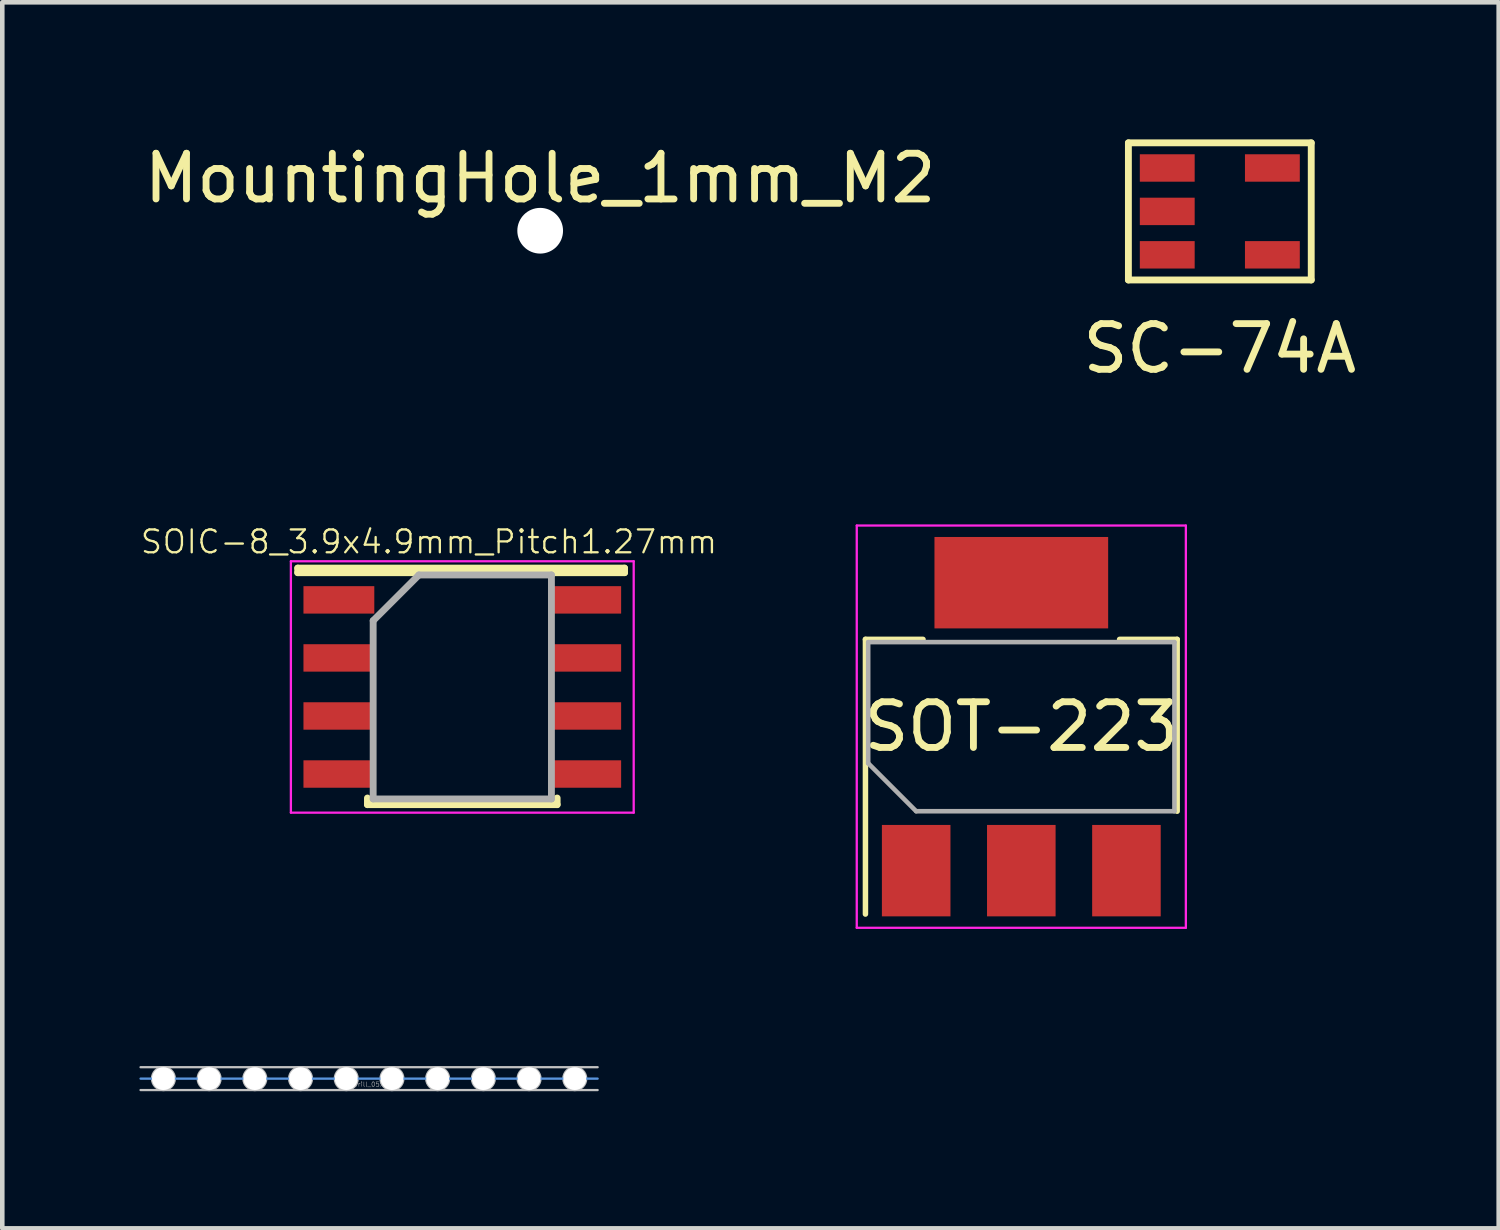
<source format=kicad_pcb>
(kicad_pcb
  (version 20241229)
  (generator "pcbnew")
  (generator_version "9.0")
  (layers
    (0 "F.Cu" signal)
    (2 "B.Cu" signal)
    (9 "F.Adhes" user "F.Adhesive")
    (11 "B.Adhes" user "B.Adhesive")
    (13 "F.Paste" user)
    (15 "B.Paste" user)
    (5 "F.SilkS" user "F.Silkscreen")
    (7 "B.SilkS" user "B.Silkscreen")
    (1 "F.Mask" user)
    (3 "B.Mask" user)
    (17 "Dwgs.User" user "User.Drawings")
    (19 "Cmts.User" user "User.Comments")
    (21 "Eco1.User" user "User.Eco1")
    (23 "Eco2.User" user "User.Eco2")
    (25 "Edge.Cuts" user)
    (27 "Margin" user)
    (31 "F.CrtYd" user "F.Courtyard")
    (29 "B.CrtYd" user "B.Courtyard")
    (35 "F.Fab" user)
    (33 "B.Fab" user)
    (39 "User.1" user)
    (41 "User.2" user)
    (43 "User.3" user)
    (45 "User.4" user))
  (footprint "SOT-223"
    (layer "F.Cu")
    (at 19.294 12.848)
    (property "Reference" "SOT-223" (at 0 0 0) (layer "F.SilkS") (effects (font (size 1 1) (thickness 0.15))))
    (attr smd)
    (fp_line (start -3.41 -1.91) (end -2.15 -1.91) (stroke (width 0.12) (type solid)) (layer "F.SilkS"))
    (fp_line (start -3.41 4.1) (end -3.41 -1.91) (stroke (width 0.12) (type solid)) (layer "F.SilkS"))
    (fp_line (start 3.41 -1.91) (end 2.15 -1.91) (stroke (width 0.12) (type solid)) (layer "F.SilkS"))
    (fp_line (start 3.41 1.85) (end 3.41 -1.91) (stroke (width 0.12) (type solid)) (layer "F.SilkS"))
    (fp_line (start -3.6 -4.4) (end -3.6 4.4) (stroke (width 0.05) (type solid)) (layer "F.CrtYd"))
    (fp_line (start -3.6 4.4) (end 3.6 4.4) (stroke (width 0.05) (type solid)) (layer "F.CrtYd"))
    (fp_line (start 3.6 -4.4) (end -3.6 -4.4) (stroke (width 0.05) (type solid)) (layer "F.CrtYd"))
    (fp_line (start 3.6 4.4) (end 3.6 -4.4) (stroke (width 0.05) (type solid)) (layer "F.CrtYd"))
    (fp_line (start -3.35 -1.85) (end 3.35 -1.85) (stroke (width 0.1) (type solid)) (layer "F.Fab"))
    (fp_line (start -3.35 0.8) (end -3.35 -1.85) (stroke (width 0.1) (type solid)) (layer "F.Fab"))
    (fp_line (start -2.3 1.85) (end -3.35 0.8) (stroke (width 0.1) (type solid)) (layer "F.Fab"))
    (fp_line (start -2.3 1.85) (end 3.35 1.85) (stroke (width 0.1) (type solid)) (layer "F.Fab"))
    (fp_line (start 3.35 1.85) (end 3.35 -1.85) (stroke (width 0.1) (type solid)) (layer "F.Fab"))
    (pad "1" smd rect (at -2.3 3.15 90) (size 2 1.5) (layers "F.Cu" "F.Mask" "F.Paste"))
    (pad "2" smd rect (at 0 3.15 90) (size 2 1.5) (layers "F.Cu" "F.Mask" "F.Paste"))
    (pad "3" smd rect (at 2.3 3.15 90) (size 2 1.5) (layers "F.Cu" "F.Mask" "F.Paste"))
    (pad "4" smd rect (at 0 -3.15 90) (size 2 3.8) (layers "F.Cu" "F.Mask" "F.Paste")))
  (footprint "SOIC-8_3.9x4.9mm_Pitch1.27mm"
    (layer "F.Cu")
    (at 7.064 11.979)
    (property "Reference" "SOIC-8_3.9x4.9mm_Pitch1.27mm" (at -0.729 -3.175 0) (layer "F.SilkS") (effects (font (size 0.5 0.5) (thickness 0.05))))
    (attr smd)
    (fp_line (start -3.6 -2.6) (end 3.55 -2.6) (stroke (width 0.15) (type solid)) (layer "F.SilkS"))
    (fp_line (start -3.6 -2.5) (end -3.6 -2.6) (stroke (width 0.15) (type solid)) (layer "F.SilkS"))
    (fp_line (start -2.075 2.575) (end -2.075 2.43) (stroke (width 0.15) (type solid)) (layer "F.SilkS"))
    (fp_line (start -2.075 2.575) (end 2.075 2.575) (stroke (width 0.15) (type solid)) (layer "F.SilkS"))
    (fp_line (start 2.075 2.575) (end 2.075 2.43) (stroke (width 0.15) (type solid)) (layer "F.SilkS"))
    (fp_line (start 3.55 -2.6) (end 3.55 -2.5) (stroke (width 0.15) (type solid)) (layer "F.SilkS"))
    (fp_line (start 3.55 -2.5) (end -3.6 -2.5) (stroke (width 0.15) (type solid)) (layer "F.SilkS"))
    (fp_line (start -3.75 -2.75) (end -3.75 2.75) (stroke (width 0.05) (type solid)) (layer "F.CrtYd"))
    (fp_line (start -3.75 -2.75) (end 3.75 -2.75) (stroke (width 0.05) (type solid)) (layer "F.CrtYd"))
    (fp_line (start -3.75 2.75) (end 3.75 2.75) (stroke (width 0.05) (type solid)) (layer "F.CrtYd"))
    (fp_line (start 3.75 -2.75) (end 3.75 2.75) (stroke (width 0.05) (type solid)) (layer "F.CrtYd"))
    (fp_line (start -1.95 -1.45) (end -0.95 -2.45) (stroke (width 0.15) (type solid)) (layer "F.Fab"))
    (fp_line (start -1.95 2.45) (end -1.95 -1.45) (stroke (width 0.15) (type solid)) (layer "F.Fab"))
    (fp_line (start -0.95 -2.45) (end 1.95 -2.45) (stroke (width 0.15) (type solid)) (layer "F.Fab"))
    (fp_line (start 1.95 -2.45) (end 1.95 2.45) (stroke (width 0.15) (type solid)) (layer "F.Fab"))
    (fp_line (start 1.95 2.45) (end -1.95 2.45) (stroke (width 0.15) (type solid)) (layer "F.Fab"))
    (pad "1" smd rect (at -2.7 -1.905) (size 1.55 0.6) (layers "F.Cu" "F.Mask" "F.Paste"))
    (pad "2" smd rect (at -2.7 -0.635) (size 1.55 0.6) (layers "F.Cu" "F.Mask" "F.Paste"))
    (pad "3" smd rect (at -2.7 0.635) (size 1.55 0.6) (layers "F.Cu" "F.Mask" "F.Paste"))
    (pad "4" smd rect (at -2.7 1.905) (size 1.55 0.6) (layers "F.Cu" "F.Mask" "F.Paste"))
    (pad "5" smd rect (at 2.7 1.905) (size 1.55 0.6) (layers "F.Cu" "F.Mask" "F.Paste"))
    (pad "6" smd rect (at 2.7 0.635) (size 1.55 0.6) (layers "F.Cu" "F.Mask" "F.Paste"))
    (pad "7" smd rect (at 2.7 -0.635) (size 1.55 0.6) (layers "F.Cu" "F.Mask" "F.Paste"))
    (pad "8" smd rect (at 2.7 -1.905) (size 1.55 0.6) (layers "F.Cu" "F.Mask" "F.Paste")))
  (footprint "MountingHole_1mm_M2"
    (layer "F.Cu")
    (at 8.768 1.998)
    (property "Reference" "MountingHole_1mm_M2" (at 0 -1.15 0) (layer "F.SilkS") (effects (font (size 1 1) (thickness 0.15))))
    (attr through_hole)
    (pad "" np_thru_hole circle (at 0 0) (size 1 1) (drill 1) (layers "*.Cu" "*.Mask")))
  (footprint "SC-74A"
    (layer "F.Cu")
    (at 23.637 1.575)
    (property "Reference" "SC-74A" (at 0 3 0) (layer "F.SilkS") (effects (font (size 1 1) (thickness 0.15))))
    (attr through_hole)
    (fp_line (start -2 -1.5) (end 2 -1.5) (stroke (width 0.15) (type solid)) (layer "F.SilkS"))
    (fp_line (start -2 1.5) (end -2 -1.5) (stroke (width 0.15) (type solid)) (layer "F.SilkS"))
    (fp_line (start 2 -1.5) (end 2 1.5) (stroke (width 0.15) (type solid)) (layer "F.SilkS"))
    (fp_line (start 2 1.5) (end -2 1.5) (stroke (width 0.15) (type solid)) (layer "F.SilkS"))
    (pad "1" smd rect (at -1.15 0.95 90) (size 0.6 1.2) (layers "F.Cu" "F.Mask" "F.Paste"))
    (pad "2" smd rect (at -1.15 0 90) (size 0.6 1.2) (layers "F.Cu" "F.Mask" "F.Paste"))
    (pad "3" smd rect (at -1.15 -0.95 90) (size 0.6 1.2) (layers "F.Cu" "F.Mask" "F.Paste"))
    (pad "4" smd rect (at 1.15 -0.95 90) (size 0.6 1.2) (layers "F.Cu" "F.Mask" "F.Paste"))
    (pad "5" smd rect (at 1.15 0.95 90) (size 0.6 1.2) (layers "F.Cu" "F.Mask" "F.Paste")))
  (footprint "z_Drill_05x10"
    (layer "F.Cu")
    (at 5.025 20.548)
    (property "Reference" "z_Drill_05x10" (at 0 0.125 0) (layer "F.Fab") (effects (font (size 0.1 0.1) (thickness 0.01))))
    (attr through_hole)
    (fp_line (start -5 -0.25) (end 5 -0.25) (stroke (width 0.05) (type solid)) (layer "Dwgs.User"))
    (fp_line (start -5 0.25) (end 5 0.25) (stroke (width 0.05) (type solid)) (layer "Dwgs.User"))
    (fp_circle (center -4.5 0) (end -4.25 0) (stroke (width 0.05) (type solid)) (fill no) (layer "Dwgs.User"))
    (fp_circle (center -3.5 0) (end -3.25 0) (stroke (width 0.05) (type solid)) (fill no) (layer "Dwgs.User"))
    (fp_circle (center -2.5 0) (end -2.25 0) (stroke (width 0.05) (type solid)) (fill no) (layer "Dwgs.User"))
    (fp_circle (center -1.5 0) (end -1.25 0) (stroke (width 0.05) (type solid)) (fill no) (layer "Dwgs.User"))
    (fp_circle (center -0.5 0) (end -0.25 0) (stroke (width 0.05) (type solid)) (fill no) (layer "Dwgs.User"))
    (fp_circle (center 0.5 0) (end 0.25 0) (stroke (width 0.05) (type solid)) (fill no) (layer "Dwgs.User"))
    (fp_circle (center 1.5 0) (end 1.75 0) (stroke (width 0.05) (type solid)) (fill no) (layer "Dwgs.User"))
    (fp_circle (center 2.5 0) (end 2.75 0) (stroke (width 0.05) (type solid)) (fill no) (layer "Dwgs.User"))
    (fp_circle (center 3.5 0) (end 3.75 0) (stroke (width 0.05) (type solid)) (fill no) (layer "Dwgs.User"))
    (fp_circle (center 4.5 0) (end 4.75 0) (stroke (width 0.05) (type solid)) (fill no) (layer "Dwgs.User"))
    (fp_line (start -5 0) (end 5 0) (stroke (width 0.05) (type solid)) (layer "Cmts.User"))
    (fp_text user "${REFERENCE}" (at 0 0 180) (layer "Eco1.User") (effects (font (size 0.3 0.3) (thickness 0.03))))
    (pad "" np_thru_hole circle (at -4.5 0) (size 0.5 0.5) (drill 0.5) (layers "*.Cu" "*.Mask"))
    (pad "" np_thru_hole circle (at -3.5 0) (size 0.5 0.5) (drill 0.5) (layers "*.Cu" "*.Mask"))
    (pad "" np_thru_hole circle (at -2.5 0) (size 0.5 0.5) (drill 0.5) (layers "*.Cu" "*.Mask"))
    (pad "" np_thru_hole circle (at -1.5 0) (size 0.5 0.5) (drill 0.5) (layers "*.Cu" "*.Mask"))
    (pad "" np_thru_hole circle (at -0.5 0) (size 0.5 0.5) (drill 0.5) (layers "*.Cu" "*.Mask"))
    (pad "" np_thru_hole circle (at 0.5 0) (size 0.5 0.5) (drill 0.5) (layers "*.Cu" "*.Mask"))
    (pad "" np_thru_hole circle (at 1.5 0) (size 0.5 0.5) (drill 0.5) (layers "*.Cu" "*.Mask"))
    (pad "" np_thru_hole circle (at 2.5 0) (size 0.5 0.5) (drill 0.5) (layers "*.Cu" "*.Mask"))
    (pad "" np_thru_hole circle (at 3.5 0) (size 0.5 0.5) (drill 0.5) (layers "*.Cu" "*.Mask"))
    (pad "" np_thru_hole circle (at 4.5 0) (size 0.5 0.5) (drill 0.5) (layers "*.Cu" "*.Mask")))
  (gr_rect
    (start -3 -3)
    (end 29.738 23.823)
    (stroke (width 0.1) (type default))
    (fill no)
    (layer "Edge.Cuts")))
</source>
